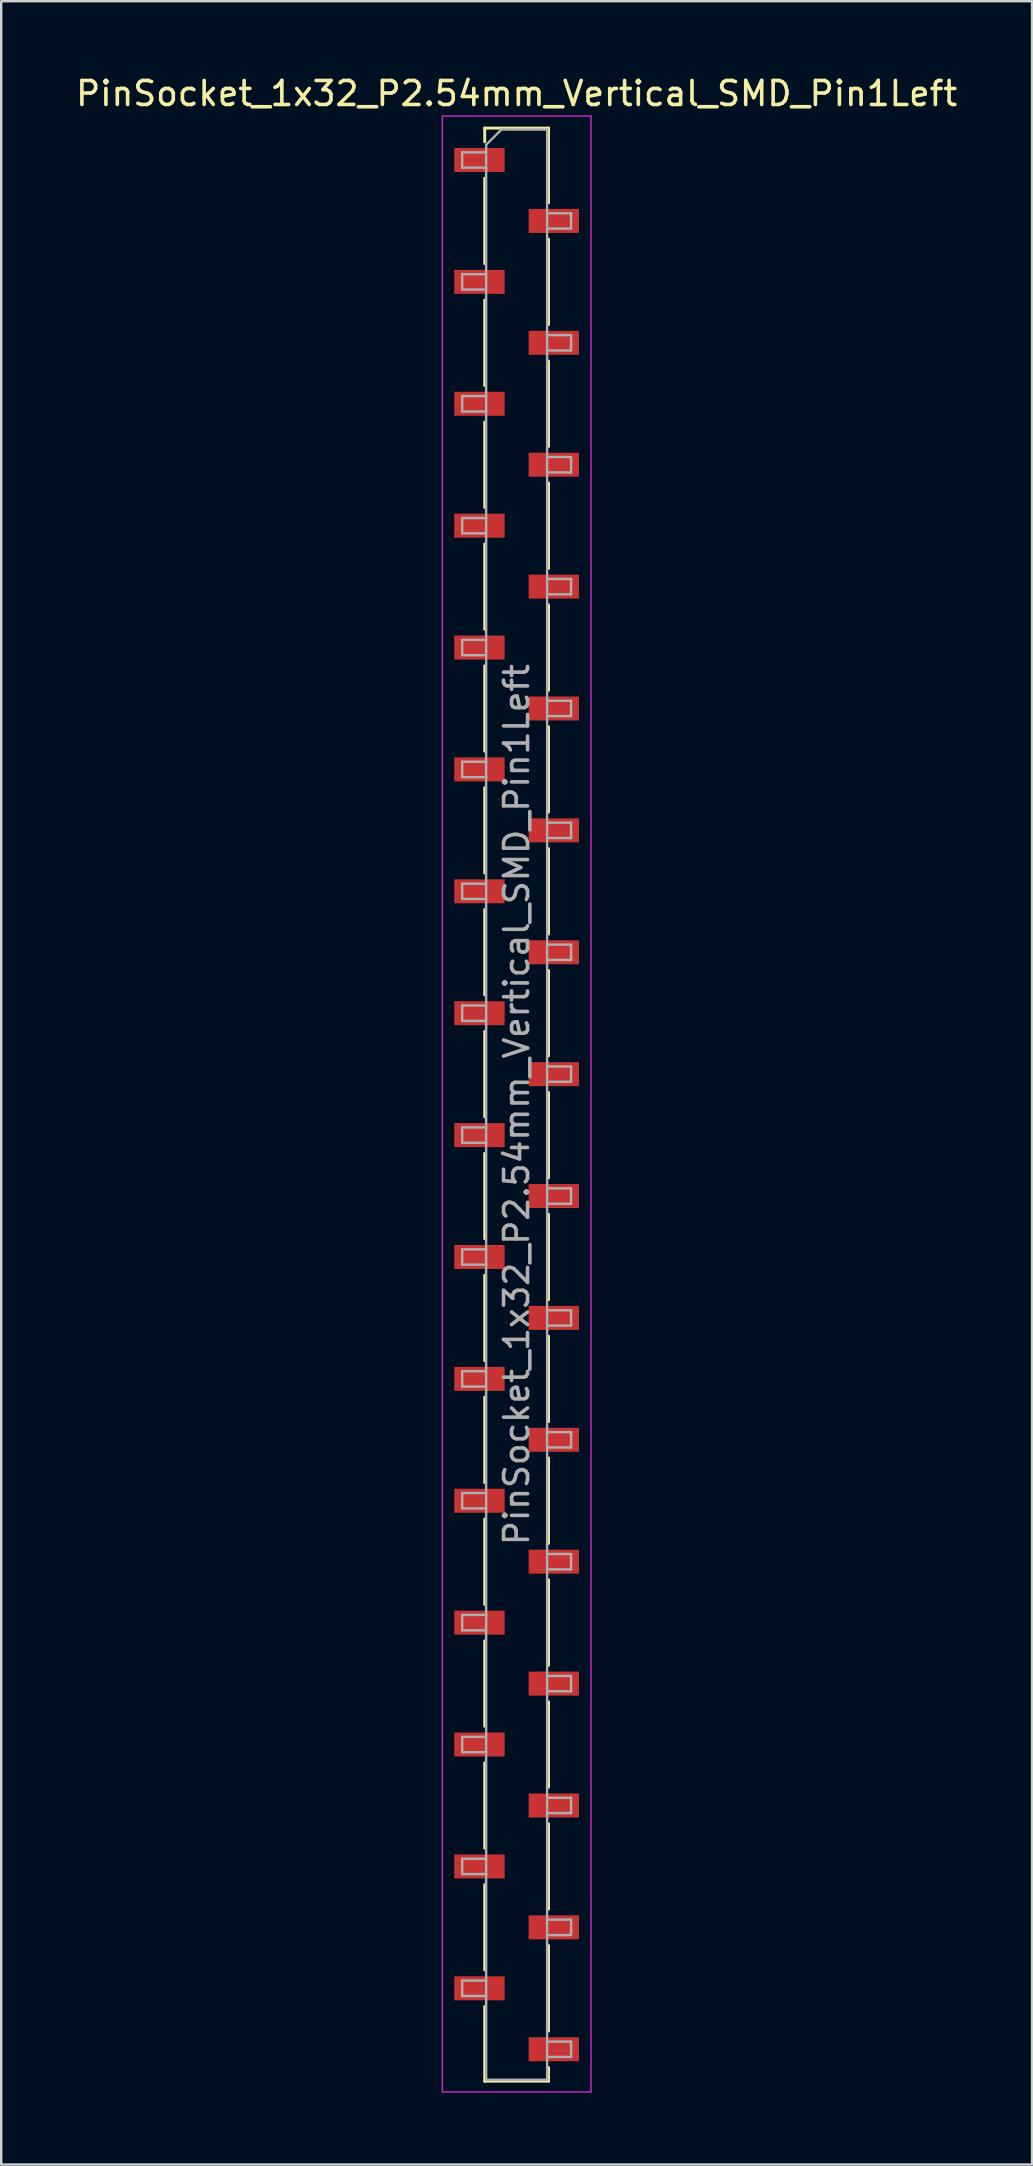
<source format=kicad_pcb>
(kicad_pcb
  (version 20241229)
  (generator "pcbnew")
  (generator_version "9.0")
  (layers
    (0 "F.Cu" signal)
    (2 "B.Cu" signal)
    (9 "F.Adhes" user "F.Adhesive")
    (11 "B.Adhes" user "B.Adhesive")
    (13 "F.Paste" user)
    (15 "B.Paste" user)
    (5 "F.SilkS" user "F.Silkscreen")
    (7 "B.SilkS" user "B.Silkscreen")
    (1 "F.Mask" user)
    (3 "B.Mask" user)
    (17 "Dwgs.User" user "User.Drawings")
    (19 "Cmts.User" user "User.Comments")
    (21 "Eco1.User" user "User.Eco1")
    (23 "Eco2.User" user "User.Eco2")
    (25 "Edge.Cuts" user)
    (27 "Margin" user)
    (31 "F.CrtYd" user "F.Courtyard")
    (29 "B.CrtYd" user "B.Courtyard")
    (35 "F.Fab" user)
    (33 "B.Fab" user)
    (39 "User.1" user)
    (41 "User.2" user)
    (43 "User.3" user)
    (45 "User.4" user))
  (footprint "PinSocket_1x32_P2.54mm_Vertical_SMD_Pin1Left"
    (layer "F.Cu")
    (at 18.482 42.988)
    (property "Reference" "PinSocket_1x32_P2.54mm_Vertical_SMD_Pin1Left" (at 0 -42.14 0) (layer "F.SilkS") (effects (font (size 1 1) (thickness 0.15))))
    (attr smd)
    (fp_line (start -1.33 -40.7) (end -1.33 -40.13) (stroke (width 0.12) (type solid)) (layer "F.SilkS"))
    (fp_line (start -1.33 -40.7) (end 1.33 -40.7) (stroke (width 0.12) (type solid)) (layer "F.SilkS"))
    (fp_line (start -1.33 -38.61) (end -1.33 -35.05) (stroke (width 0.12) (type solid)) (layer "F.SilkS"))
    (fp_line (start -1.33 -33.53) (end -1.33 -29.97) (stroke (width 0.12) (type solid)) (layer "F.SilkS"))
    (fp_line (start -1.33 -28.45) (end -1.33 -24.89) (stroke (width 0.12) (type solid)) (layer "F.SilkS"))
    (fp_line (start -1.33 -23.37) (end -1.33 -19.81) (stroke (width 0.12) (type solid)) (layer "F.SilkS"))
    (fp_line (start -1.33 -18.29) (end -1.33 -14.73) (stroke (width 0.12) (type solid)) (layer "F.SilkS"))
    (fp_line (start -1.33 -13.21) (end -1.33 -9.65) (stroke (width 0.12) (type solid)) (layer "F.SilkS"))
    (fp_line (start -1.33 -8.13) (end -1.33 -4.57) (stroke (width 0.12) (type solid)) (layer "F.SilkS"))
    (fp_line (start -1.33 -3.05) (end -1.33 0.51) (stroke (width 0.12) (type solid)) (layer "F.SilkS"))
    (fp_line (start -1.33 2.03) (end -1.33 5.59) (stroke (width 0.12) (type solid)) (layer "F.SilkS"))
    (fp_line (start -1.33 7.11) (end -1.33 10.67) (stroke (width 0.12) (type solid)) (layer "F.SilkS"))
    (fp_line (start -1.33 12.19) (end -1.33 15.75) (stroke (width 0.12) (type solid)) (layer "F.SilkS"))
    (fp_line (start -1.33 17.27) (end -1.33 20.83) (stroke (width 0.12) (type solid)) (layer "F.SilkS"))
    (fp_line (start -1.33 22.35) (end -1.33 25.91) (stroke (width 0.12) (type solid)) (layer "F.SilkS"))
    (fp_line (start -1.33 27.43) (end -1.33 30.99) (stroke (width 0.12) (type solid)) (layer "F.SilkS"))
    (fp_line (start -1.33 32.51) (end -1.33 36.07) (stroke (width 0.12) (type solid)) (layer "F.SilkS"))
    (fp_line (start -1.33 37.59) (end -1.33 40.7) (stroke (width 0.12) (type solid)) (layer "F.SilkS"))
    (fp_line (start -1.33 40.7) (end 1.33 40.7) (stroke (width 0.12) (type solid)) (layer "F.SilkS"))
    (fp_line (start 1.33 -40.7) (end 1.33 -37.59) (stroke (width 0.12) (type solid)) (layer "F.SilkS"))
    (fp_line (start 1.33 -36.07) (end 1.33 -32.51) (stroke (width 0.12) (type solid)) (layer "F.SilkS"))
    (fp_line (start 1.33 -30.99) (end 1.33 -27.43) (stroke (width 0.12) (type solid)) (layer "F.SilkS"))
    (fp_line (start 1.33 -25.91) (end 1.33 -22.35) (stroke (width 0.12) (type solid)) (layer "F.SilkS"))
    (fp_line (start 1.33 -20.83) (end 1.33 -17.27) (stroke (width 0.12) (type solid)) (layer "F.SilkS"))
    (fp_line (start 1.33 -15.75) (end 1.33 -12.19) (stroke (width 0.12) (type solid)) (layer "F.SilkS"))
    (fp_line (start 1.33 -10.67) (end 1.33 -7.11) (stroke (width 0.12) (type solid)) (layer "F.SilkS"))
    (fp_line (start 1.33 -5.59) (end 1.33 -2.03) (stroke (width 0.12) (type solid)) (layer "F.SilkS"))
    (fp_line (start 1.33 -0.51) (end 1.33 3.05) (stroke (width 0.12) (type solid)) (layer "F.SilkS"))
    (fp_line (start 1.33 4.57) (end 1.33 8.13) (stroke (width 0.12) (type solid)) (layer "F.SilkS"))
    (fp_line (start 1.33 9.65) (end 1.33 13.21) (stroke (width 0.12) (type solid)) (layer "F.SilkS"))
    (fp_line (start 1.33 14.73) (end 1.33 18.29) (stroke (width 0.12) (type solid)) (layer "F.SilkS"))
    (fp_line (start 1.33 19.81) (end 1.33 23.37) (stroke (width 0.12) (type solid)) (layer "F.SilkS"))
    (fp_line (start 1.33 24.89) (end 1.33 28.45) (stroke (width 0.12) (type solid)) (layer "F.SilkS"))
    (fp_line (start 1.33 29.97) (end 1.33 33.53) (stroke (width 0.12) (type solid)) (layer "F.SilkS"))
    (fp_line (start 1.33 35.05) (end 1.33 38.61) (stroke (width 0.12) (type solid)) (layer "F.SilkS"))
    (fp_line (start 1.33 40.13) (end 1.33 40.7) (stroke (width 0.12) (type solid)) (layer "F.SilkS"))
    (fp_line (start -3.1 -41.2) (end 3.1 -41.2) (stroke (width 0.05) (type solid)) (layer "F.CrtYd"))
    (fp_line (start -3.1 41.15) (end -3.1 -41.2) (stroke (width 0.05) (type solid)) (layer "F.CrtYd"))
    (fp_line (start 3.1 -41.2) (end 3.1 41.15) (stroke (width 0.05) (type solid)) (layer "F.CrtYd"))
    (fp_line (start 3.1 41.15) (end -3.1 41.15) (stroke (width 0.05) (type solid)) (layer "F.CrtYd"))
    (fp_line (start -2.27 -39.69) (end -1.27 -39.69) (stroke (width 0.1) (type solid)) (layer "F.Fab"))
    (fp_line (start -2.27 -39.05) (end -2.27 -39.69) (stroke (width 0.1) (type solid)) (layer "F.Fab"))
    (fp_line (start -2.27 -34.61) (end -1.27 -34.61) (stroke (width 0.1) (type solid)) (layer "F.Fab"))
    (fp_line (start -2.27 -33.97) (end -2.27 -34.61) (stroke (width 0.1) (type solid)) (layer "F.Fab"))
    (fp_line (start -2.27 -29.53) (end -1.27 -29.53) (stroke (width 0.1) (type solid)) (layer "F.Fab"))
    (fp_line (start -2.27 -28.89) (end -2.27 -29.53) (stroke (width 0.1) (type solid)) (layer "F.Fab"))
    (fp_line (start -2.27 -24.45) (end -1.27 -24.45) (stroke (width 0.1) (type solid)) (layer "F.Fab"))
    (fp_line (start -2.27 -23.81) (end -2.27 -24.45) (stroke (width 0.1) (type solid)) (layer "F.Fab"))
    (fp_line (start -2.27 -19.37) (end -1.27 -19.37) (stroke (width 0.1) (type solid)) (layer "F.Fab"))
    (fp_line (start -2.27 -18.73) (end -2.27 -19.37) (stroke (width 0.1) (type solid)) (layer "F.Fab"))
    (fp_line (start -2.27 -14.29) (end -1.27 -14.29) (stroke (width 0.1) (type solid)) (layer "F.Fab"))
    (fp_line (start -2.27 -13.65) (end -2.27 -14.29) (stroke (width 0.1) (type solid)) (layer "F.Fab"))
    (fp_line (start -2.27 -9.21) (end -1.27 -9.21) (stroke (width 0.1) (type solid)) (layer "F.Fab"))
    (fp_line (start -2.27 -8.57) (end -2.27 -9.21) (stroke (width 0.1) (type solid)) (layer "F.Fab"))
    (fp_line (start -2.27 -4.13) (end -1.27 -4.13) (stroke (width 0.1) (type solid)) (layer "F.Fab"))
    (fp_line (start -2.27 -3.49) (end -2.27 -4.13) (stroke (width 0.1) (type solid)) (layer "F.Fab"))
    (fp_line (start -2.27 0.95) (end -1.27 0.95) (stroke (width 0.1) (type solid)) (layer "F.Fab"))
    (fp_line (start -2.27 1.59) (end -2.27 0.95) (stroke (width 0.1) (type solid)) (layer "F.Fab"))
    (fp_line (start -2.27 6.03) (end -1.27 6.03) (stroke (width 0.1) (type solid)) (layer "F.Fab"))
    (fp_line (start -2.27 6.67) (end -2.27 6.03) (stroke (width 0.1) (type solid)) (layer "F.Fab"))
    (fp_line (start -2.27 11.11) (end -1.27 11.11) (stroke (width 0.1) (type solid)) (layer "F.Fab"))
    (fp_line (start -2.27 11.75) (end -2.27 11.11) (stroke (width 0.1) (type solid)) (layer "F.Fab"))
    (fp_line (start -2.27 16.19) (end -1.27 16.19) (stroke (width 0.1) (type solid)) (layer "F.Fab"))
    (fp_line (start -2.27 16.83) (end -2.27 16.19) (stroke (width 0.1) (type solid)) (layer "F.Fab"))
    (fp_line (start -2.27 21.27) (end -1.27 21.27) (stroke (width 0.1) (type solid)) (layer "F.Fab"))
    (fp_line (start -2.27 21.91) (end -2.27 21.27) (stroke (width 0.1) (type solid)) (layer "F.Fab"))
    (fp_line (start -2.27 26.35) (end -1.27 26.35) (stroke (width 0.1) (type solid)) (layer "F.Fab"))
    (fp_line (start -2.27 26.99) (end -2.27 26.35) (stroke (width 0.1) (type solid)) (layer "F.Fab"))
    (fp_line (start -2.27 31.43) (end -1.27 31.43) (stroke (width 0.1) (type solid)) (layer "F.Fab"))
    (fp_line (start -2.27 32.07) (end -2.27 31.43) (stroke (width 0.1) (type solid)) (layer "F.Fab"))
    (fp_line (start -2.27 36.51) (end -1.27 36.51) (stroke (width 0.1) (type solid)) (layer "F.Fab"))
    (fp_line (start -2.27 37.15) (end -2.27 36.51) (stroke (width 0.1) (type solid)) (layer "F.Fab"))
    (fp_line (start -1.27 -40.005) (end -0.635 -40.64) (stroke (width 0.1) (type solid)) (layer "F.Fab"))
    (fp_line (start -1.27 -39.05) (end -2.27 -39.05) (stroke (width 0.1) (type solid)) (layer "F.Fab"))
    (fp_line (start -1.27 -33.97) (end -2.27 -33.97) (stroke (width 0.1) (type solid)) (layer "F.Fab"))
    (fp_line (start -1.27 -28.89) (end -2.27 -28.89) (stroke (width 0.1) (type solid)) (layer "F.Fab"))
    (fp_line (start -1.27 -23.81) (end -2.27 -23.81) (stroke (width 0.1) (type solid)) (layer "F.Fab"))
    (fp_line (start -1.27 -18.73) (end -2.27 -18.73) (stroke (width 0.1) (type solid)) (layer "F.Fab"))
    (fp_line (start -1.27 -13.65) (end -2.27 -13.65) (stroke (width 0.1) (type solid)) (layer "F.Fab"))
    (fp_line (start -1.27 -8.57) (end -2.27 -8.57) (stroke (width 0.1) (type solid)) (layer "F.Fab"))
    (fp_line (start -1.27 -3.49) (end -2.27 -3.49) (stroke (width 0.1) (type solid)) (layer "F.Fab"))
    (fp_line (start -1.27 1.59) (end -2.27 1.59) (stroke (width 0.1) (type solid)) (layer "F.Fab"))
    (fp_line (start -1.27 6.67) (end -2.27 6.67) (stroke (width 0.1) (type solid)) (layer "F.Fab"))
    (fp_line (start -1.27 11.75) (end -2.27 11.75) (stroke (width 0.1) (type solid)) (layer "F.Fab"))
    (fp_line (start -1.27 16.83) (end -2.27 16.83) (stroke (width 0.1) (type solid)) (layer "F.Fab"))
    (fp_line (start -1.27 21.91) (end -2.27 21.91) (stroke (width 0.1) (type solid)) (layer "F.Fab"))
    (fp_line (start -1.27 26.99) (end -2.27 26.99) (stroke (width 0.1) (type solid)) (layer "F.Fab"))
    (fp_line (start -1.27 32.07) (end -2.27 32.07) (stroke (width 0.1) (type solid)) (layer "F.Fab"))
    (fp_line (start -1.27 37.15) (end -2.27 37.15) (stroke (width 0.1) (type solid)) (layer "F.Fab"))
    (fp_line (start -1.27 40.64) (end -1.27 -40.005) (stroke (width 0.1) (type solid)) (layer "F.Fab"))
    (fp_line (start -0.635 -40.64) (end 1.27 -40.64) (stroke (width 0.1) (type solid)) (layer "F.Fab"))
    (fp_line (start 1.27 -40.64) (end 1.27 40.64) (stroke (width 0.1) (type solid)) (layer "F.Fab"))
    (fp_line (start 1.27 -37.15) (end 2.27 -37.15) (stroke (width 0.1) (type solid)) (layer "F.Fab"))
    (fp_line (start 1.27 -32.07) (end 2.27 -32.07) (stroke (width 0.1) (type solid)) (layer "F.Fab"))
    (fp_line (start 1.27 -26.99) (end 2.27 -26.99) (stroke (width 0.1) (type solid)) (layer "F.Fab"))
    (fp_line (start 1.27 -21.91) (end 2.27 -21.91) (stroke (width 0.1) (type solid)) (layer "F.Fab"))
    (fp_line (start 1.27 -16.83) (end 2.27 -16.83) (stroke (width 0.1) (type solid)) (layer "F.Fab"))
    (fp_line (start 1.27 -11.75) (end 2.27 -11.75) (stroke (width 0.1) (type solid)) (layer "F.Fab"))
    (fp_line (start 1.27 -6.67) (end 2.27 -6.67) (stroke (width 0.1) (type solid)) (layer "F.Fab"))
    (fp_line (start 1.27 -1.59) (end 2.27 -1.59) (stroke (width 0.1) (type solid)) (layer "F.Fab"))
    (fp_line (start 1.27 3.49) (end 2.27 3.49) (stroke (width 0.1) (type solid)) (layer "F.Fab"))
    (fp_line (start 1.27 8.57) (end 2.27 8.57) (stroke (width 0.1) (type solid)) (layer "F.Fab"))
    (fp_line (start 1.27 13.65) (end 2.27 13.65) (stroke (width 0.1) (type solid)) (layer "F.Fab"))
    (fp_line (start 1.27 18.73) (end 2.27 18.73) (stroke (width 0.1) (type solid)) (layer "F.Fab"))
    (fp_line (start 1.27 23.81) (end 2.27 23.81) (stroke (width 0.1) (type solid)) (layer "F.Fab"))
    (fp_line (start 1.27 28.89) (end 2.27 28.89) (stroke (width 0.1) (type solid)) (layer "F.Fab"))
    (fp_line (start 1.27 33.97) (end 2.27 33.97) (stroke (width 0.1) (type solid)) (layer "F.Fab"))
    (fp_line (start 1.27 39.05) (end 2.27 39.05) (stroke (width 0.1) (type solid)) (layer "F.Fab"))
    (fp_line (start 1.27 40.64) (end -1.27 40.64) (stroke (width 0.1) (type solid)) (layer "F.Fab"))
    (fp_line (start 2.27 -37.15) (end 2.27 -36.51) (stroke (width 0.1) (type solid)) (layer "F.Fab"))
    (fp_line (start 2.27 -36.51) (end 1.27 -36.51) (stroke (width 0.1) (type solid)) (layer "F.Fab"))
    (fp_line (start 2.27 -32.07) (end 2.27 -31.43) (stroke (width 0.1) (type solid)) (layer "F.Fab"))
    (fp_line (start 2.27 -31.43) (end 1.27 -31.43) (stroke (width 0.1) (type solid)) (layer "F.Fab"))
    (fp_line (start 2.27 -26.99) (end 2.27 -26.35) (stroke (width 0.1) (type solid)) (layer "F.Fab"))
    (fp_line (start 2.27 -26.35) (end 1.27 -26.35) (stroke (width 0.1) (type solid)) (layer "F.Fab"))
    (fp_line (start 2.27 -21.91) (end 2.27 -21.27) (stroke (width 0.1) (type solid)) (layer "F.Fab"))
    (fp_line (start 2.27 -21.27) (end 1.27 -21.27) (stroke (width 0.1) (type solid)) (layer "F.Fab"))
    (fp_line (start 2.27 -16.83) (end 2.27 -16.19) (stroke (width 0.1) (type solid)) (layer "F.Fab"))
    (fp_line (start 2.27 -16.19) (end 1.27 -16.19) (stroke (width 0.1) (type solid)) (layer "F.Fab"))
    (fp_line (start 2.27 -11.75) (end 2.27 -11.11) (stroke (width 0.1) (type solid)) (layer "F.Fab"))
    (fp_line (start 2.27 -11.11) (end 1.27 -11.11) (stroke (width 0.1) (type solid)) (layer "F.Fab"))
    (fp_line (start 2.27 -6.67) (end 2.27 -6.03) (stroke (width 0.1) (type solid)) (layer "F.Fab"))
    (fp_line (start 2.27 -6.03) (end 1.27 -6.03) (stroke (width 0.1) (type solid)) (layer "F.Fab"))
    (fp_line (start 2.27 -1.59) (end 2.27 -0.95) (stroke (width 0.1) (type solid)) (layer "F.Fab"))
    (fp_line (start 2.27 -0.95) (end 1.27 -0.95) (stroke (width 0.1) (type solid)) (layer "F.Fab"))
    (fp_line (start 2.27 3.49) (end 2.27 4.13) (stroke (width 0.1) (type solid)) (layer "F.Fab"))
    (fp_line (start 2.27 4.13) (end 1.27 4.13) (stroke (width 0.1) (type solid)) (layer "F.Fab"))
    (fp_line (start 2.27 8.57) (end 2.27 9.21) (stroke (width 0.1) (type solid)) (layer "F.Fab"))
    (fp_line (start 2.27 9.21) (end 1.27 9.21) (stroke (width 0.1) (type solid)) (layer "F.Fab"))
    (fp_line (start 2.27 13.65) (end 2.27 14.29) (stroke (width 0.1) (type solid)) (layer "F.Fab"))
    (fp_line (start 2.27 14.29) (end 1.27 14.29) (stroke (width 0.1) (type solid)) (layer "F.Fab"))
    (fp_line (start 2.27 18.73) (end 2.27 19.37) (stroke (width 0.1) (type solid)) (layer "F.Fab"))
    (fp_line (start 2.27 19.37) (end 1.27 19.37) (stroke (width 0.1) (type solid)) (layer "F.Fab"))
    (fp_line (start 2.27 23.81) (end 2.27 24.45) (stroke (width 0.1) (type solid)) (layer "F.Fab"))
    (fp_line (start 2.27 24.45) (end 1.27 24.45) (stroke (width 0.1) (type solid)) (layer "F.Fab"))
    (fp_line (start 2.27 28.89) (end 2.27 29.53) (stroke (width 0.1) (type solid)) (layer "F.Fab"))
    (fp_line (start 2.27 29.53) (end 1.27 29.53) (stroke (width 0.1) (type solid)) (layer "F.Fab"))
    (fp_line (start 2.27 33.97) (end 2.27 34.61) (stroke (width 0.1) (type solid)) (layer "F.Fab"))
    (fp_line (start 2.27 34.61) (end 1.27 34.61) (stroke (width 0.1) (type solid)) (layer "F.Fab"))
    (fp_line (start 2.27 39.05) (end 2.27 39.69) (stroke (width 0.1) (type solid)) (layer "F.Fab"))
    (fp_line (start 2.27 39.69) (end 1.27 39.69) (stroke (width 0.1) (type solid)) (layer "F.Fab"))
    (fp_text user "${REFERENCE}" (at 0 0 90) (layer "F.Fab") (effects (font (size 1 1) (thickness 0.15))))
    (pad "1" smd rect (at -1.55 -39.37) (size 2.1 1) (layers "F.Cu" "F.Mask" "F.Paste"))
    (pad "2" smd rect (at 1.55 -36.83) (size 2.1 1) (layers "F.Cu" "F.Mask" "F.Paste"))
    (pad "3" smd rect (at -1.55 -34.29) (size 2.1 1) (layers "F.Cu" "F.Mask" "F.Paste"))
    (pad "4" smd rect (at 1.55 -31.75) (size 2.1 1) (layers "F.Cu" "F.Mask" "F.Paste"))
    (pad "5" smd rect (at -1.55 -29.21) (size 2.1 1) (layers "F.Cu" "F.Mask" "F.Paste"))
    (pad "6" smd rect (at 1.55 -26.67) (size 2.1 1) (layers "F.Cu" "F.Mask" "F.Paste"))
    (pad "7" smd rect (at -1.55 -24.13) (size 2.1 1) (layers "F.Cu" "F.Mask" "F.Paste"))
    (pad "8" smd rect (at 1.55 -21.59) (size 2.1 1) (layers "F.Cu" "F.Mask" "F.Paste"))
    (pad "9" smd rect (at -1.55 -19.05) (size 2.1 1) (layers "F.Cu" "F.Mask" "F.Paste"))
    (pad "10" smd rect (at 1.55 -16.51) (size 2.1 1) (layers "F.Cu" "F.Mask" "F.Paste"))
    (pad "11" smd rect (at -1.55 -13.97) (size 2.1 1) (layers "F.Cu" "F.Mask" "F.Paste"))
    (pad "12" smd rect (at 1.55 -11.43) (size 2.1 1) (layers "F.Cu" "F.Mask" "F.Paste"))
    (pad "13" smd rect (at -1.55 -8.89) (size 2.1 1) (layers "F.Cu" "F.Mask" "F.Paste"))
    (pad "14" smd rect (at 1.55 -6.35) (size 2.1 1) (layers "F.Cu" "F.Mask" "F.Paste"))
    (pad "15" smd rect (at -1.55 -3.81) (size 2.1 1) (layers "F.Cu" "F.Mask" "F.Paste"))
    (pad "16" smd rect (at 1.55 -1.27) (size 2.1 1) (layers "F.Cu" "F.Mask" "F.Paste"))
    (pad "17" smd rect (at -1.55 1.27) (size 2.1 1) (layers "F.Cu" "F.Mask" "F.Paste"))
    (pad "18" smd rect (at 1.55 3.81) (size 2.1 1) (layers "F.Cu" "F.Mask" "F.Paste"))
    (pad "19" smd rect (at -1.55 6.35) (size 2.1 1) (layers "F.Cu" "F.Mask" "F.Paste"))
    (pad "20" smd rect (at 1.55 8.89) (size 2.1 1) (layers "F.Cu" "F.Mask" "F.Paste"))
    (pad "21" smd rect (at -1.55 11.43) (size 2.1 1) (layers "F.Cu" "F.Mask" "F.Paste"))
    (pad "22" smd rect (at 1.55 13.97) (size 2.1 1) (layers "F.Cu" "F.Mask" "F.Paste"))
    (pad "23" smd rect (at -1.55 16.51) (size 2.1 1) (layers "F.Cu" "F.Mask" "F.Paste"))
    (pad "24" smd rect (at 1.55 19.05) (size 2.1 1) (layers "F.Cu" "F.Mask" "F.Paste"))
    (pad "25" smd rect (at -1.55 21.59) (size 2.1 1) (layers "F.Cu" "F.Mask" "F.Paste"))
    (pad "26" smd rect (at 1.55 24.13) (size 2.1 1) (layers "F.Cu" "F.Mask" "F.Paste"))
    (pad "27" smd rect (at -1.55 26.67) (size 2.1 1) (layers "F.Cu" "F.Mask" "F.Paste"))
    (pad "28" smd rect (at 1.55 29.21) (size 2.1 1) (layers "F.Cu" "F.Mask" "F.Paste"))
    (pad "29" smd rect (at -1.55 31.75) (size 2.1 1) (layers "F.Cu" "F.Mask" "F.Paste"))
    (pad "30" smd rect (at 1.55 34.29) (size 2.1 1) (layers "F.Cu" "F.Mask" "F.Paste"))
    (pad "31" smd rect (at -1.55 36.83) (size 2.1 1) (layers "F.Cu" "F.Mask" "F.Paste"))
    (pad "32" smd rect (at 1.55 39.37) (size 2.1 1) (layers "F.Cu" "F.Mask" "F.Paste")))
  (gr_rect
    (start -3 -3)
    (end 39.964 87.163)
    (stroke (width 0.1) (type default))
    (fill no)
    (layer "Edge.Cuts")))
</source>
